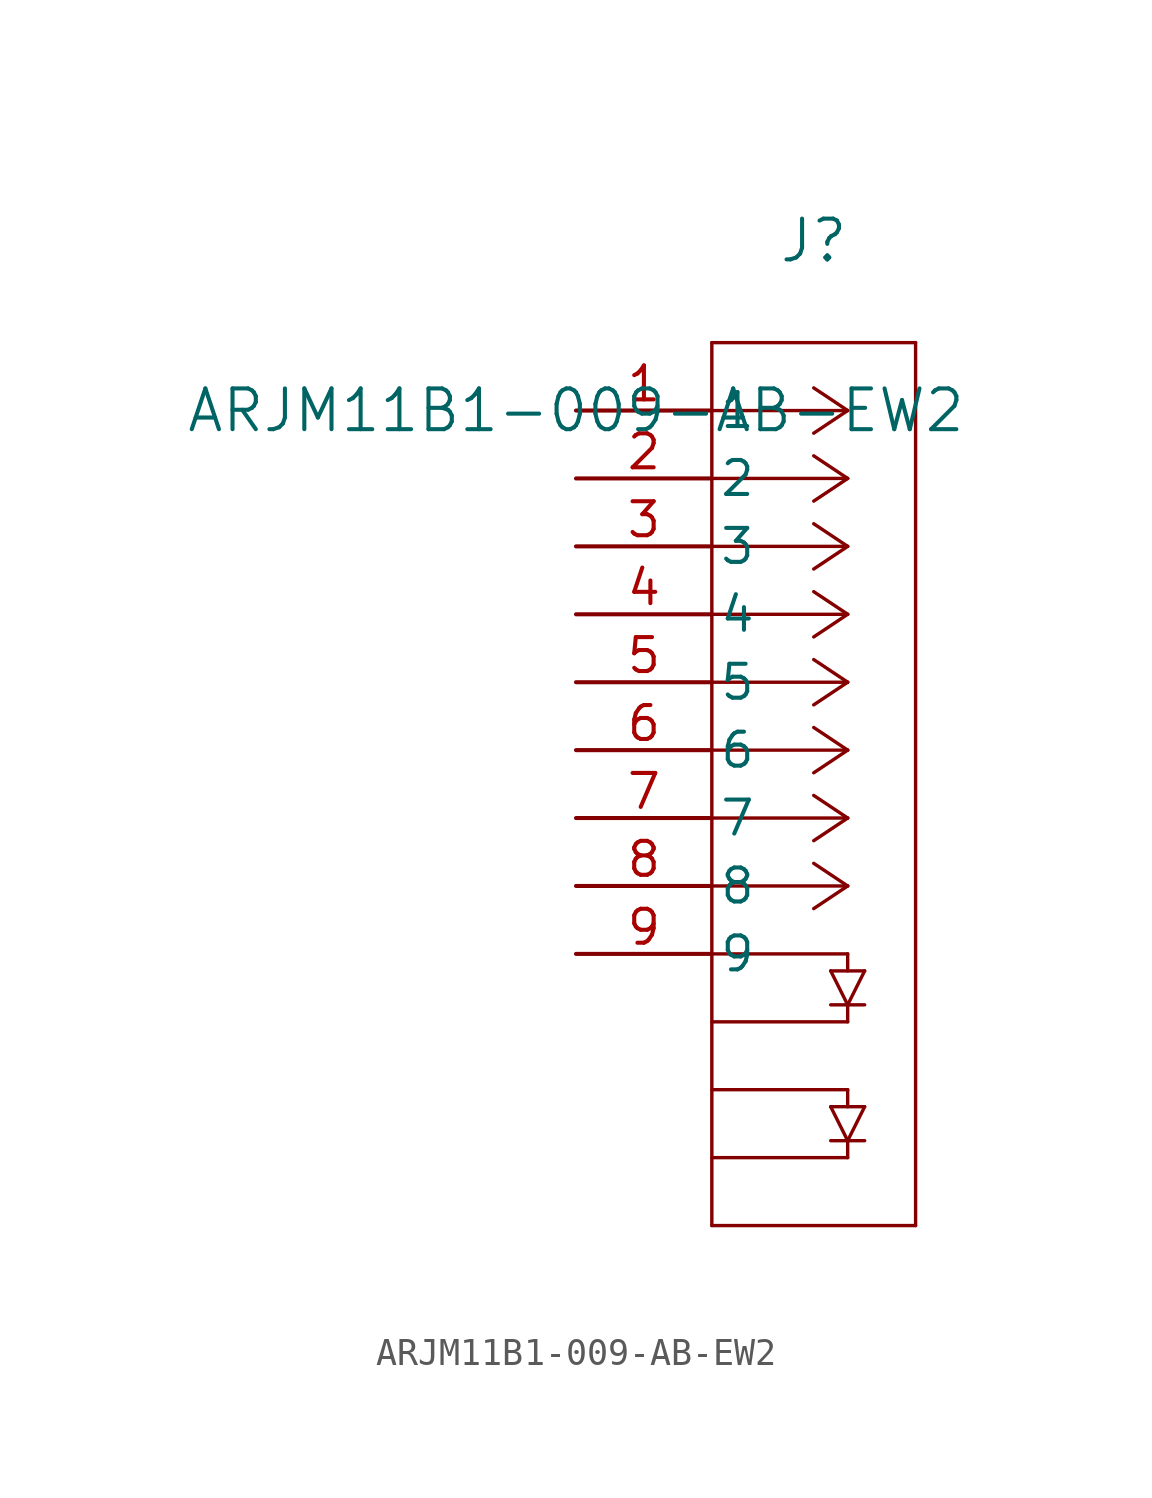
<source format=kicad_sym>
(kicad_symbol_lib
  (version 20211014)
  (generator kicad_symbol_editor)
  (symbol "ARJM11B1-009-AB-EW2"
    (pin_names
      (offset 0.254))
    (property "Reference" "J"
      (at 8.89 6.35 0)
      (effects (font (size 1.524 1.524))))
    (property "Value" "ARJM11B1-009-AB-EW2"
      (at 0 0 0)
      (effects (font (size 1.524 1.524))))
    (symbol "ARJM11B1-009-AB-EW2_0_1"
      (polyline (pts (xy 10.16 0) (xy 5.08 0)) (stroke (width 0.127) (type default) (color 0 0 0 0)) (fill (type none)))
      (polyline (pts (xy 10.16 -2.54) (xy 5.08 -2.54)) (stroke (width 0.127) (type default) (color 0 0 0 0)) (fill (type none)))
      (polyline (pts (xy 10.16 -5.08) (xy 5.08 -5.08)) (stroke (width 0.127) (type default) (color 0 0 0 0)) (fill (type none)))
      (polyline (pts (xy 10.16 -7.62) (xy 5.08 -7.62)) (stroke (width 0.127) (type default) (color 0 0 0 0)) (fill (type none)))
      (polyline (pts (xy 10.16 -10.16) (xy 5.08 -10.16)) (stroke (width 0.127) (type default) (color 0 0 0 0)) (fill (type none)))
      (polyline (pts (xy 10.16 -12.7) (xy 5.08 -12.7)) (stroke (width 0.127) (type default) (color 0 0 0 0)) (fill (type none)))
      (polyline (pts (xy 10.16 -15.24) (xy 5.08 -15.24)) (stroke (width 0.127) (type default) (color 0 0 0 0)) (fill (type none)))
      (polyline (pts (xy 10.16 -17.78) (xy 5.08 -17.78)) (stroke (width 0.127) (type default) (color 0 0 0 0)) (fill (type none)))
      (polyline (pts (xy 10.16 -20.32) (xy 5.08 -20.32)) (stroke (width 0.127) (type default) (color 0 0 0 0)) (fill (type none)))
      (polyline (pts (xy 10.16 -22.86) (xy 5.08 -22.86)) (stroke (width 0.127) (type default) (color 0 0 0 0)) (fill (type none)))
      (polyline (pts (xy 10.16 -25.4) (xy 5.08 -25.4)) (stroke (width 0.127) (type default) (color 0 0 0 0)) (fill (type none)))
      (polyline (pts (xy 10.16 -27.94) (xy 5.08 -27.94)) (stroke (width 0.127) (type default) (color 0 0 0 0)) (fill (type none)))
      (polyline (pts (xy 10.16 0) (xy 8.89 0.847)) (stroke (width 0.127) (type default) (color 0 0 0 0)) (fill (type none)))
      (polyline (pts (xy 10.16 -2.54) (xy 8.89 -1.693)) (stroke (width 0.127) (type default) (color 0 0 0 0)) (fill (type none)))
      (polyline (pts (xy 10.16 -5.08) (xy 8.89 -4.233)) (stroke (width 0.127) (type default) (color 0 0 0 0)) (fill (type none)))
      (polyline (pts (xy 10.16 -7.62) (xy 8.89 -6.773)) (stroke (width 0.127) (type default) (color 0 0 0 0)) (fill (type none)))
      (polyline (pts (xy 10.16 -10.16) (xy 8.89 -9.313)) (stroke (width 0.127) (type default) (color 0 0 0 0)) (fill (type none)))
      (polyline (pts (xy 10.16 -12.7) (xy 8.89 -11.853)) (stroke (width 0.127) (type default) (color 0 0 0 0)) (fill (type none)))
      (polyline (pts (xy 10.16 -15.24) (xy 8.89 -14.393)) (stroke (width 0.127) (type default) (color 0 0 0 0)) (fill (type none)))
      (polyline (pts (xy 10.16 -17.78) (xy 8.89 -16.933)) (stroke (width 0.127) (type default) (color 0 0 0 0)) (fill (type none)))
      (polyline (pts (xy 10.16 -20.32) (xy 10.16 -20.955)) (stroke (width 0.127) (type default) (color 0 0 0 0)) (fill (type none)))
      (polyline (pts (xy 9.525 -20.955) (xy 10.795 -20.955)) (stroke (width 0.127) (type default) (color 0 0 0 0)) (fill (type none)))
      (polyline (pts (xy 10.795 -20.955) (xy 10.16 -22.225)) (stroke (width 0.127) (type default) (color 0 0 0 0)) (fill (type none)))
      (polyline (pts (xy 10.16 -22.225) (xy 9.525 -20.955)) (stroke (width 0.127) (type default) (color 0 0 0 0)) (fill (type none)))
      (polyline (pts (xy 10.16 0) (xy 8.89 -0.847)) (stroke (width 0.127) (type default) (color 0 0 0 0)) (fill (type none)))
      (polyline (pts (xy 10.16 -2.54) (xy 8.89 -3.387)) (stroke (width 0.127) (type default) (color 0 0 0 0)) (fill (type none)))
      (polyline (pts (xy 10.16 -5.08) (xy 8.89 -5.927)) (stroke (width 0.127) (type default) (color 0 0 0 0)) (fill (type none)))
      (polyline (pts (xy 10.16 -7.62) (xy 8.89 -8.467)) (stroke (width 0.127) (type default) (color 0 0 0 0)) (fill (type none)))
      (polyline (pts (xy 10.16 -10.16) (xy 8.89 -11.007)) (stroke (width 0.127) (type default) (color 0 0 0 0)) (fill (type none)))
      (polyline (pts (xy 10.16 -12.7) (xy 8.89 -13.547)) (stroke (width 0.127) (type default) (color 0 0 0 0)) (fill (type none)))
      (polyline (pts (xy 10.16 -15.24) (xy 8.89 -16.087)) (stroke (width 0.127) (type default) (color 0 0 0 0)) (fill (type none)))
      (polyline (pts (xy 10.16 -17.78) (xy 8.89 -18.627)) (stroke (width 0.127) (type default) (color 0 0 0 0)) (fill (type none)))
      (polyline (pts (xy 9.525 -22.225) (xy 10.795 -22.225)) (stroke (width 0.127) (type default) (color 0 0 0 0)) (fill (type none)))
      (polyline (pts (xy 10.16 -22.225) (xy 10.16 -22.86)) (stroke (width 0.127) (type default) (color 0 0 0 0)) (fill (type none)))
      (polyline (pts (xy 10.16 -25.4) (xy 10.16 -26.035)) (stroke (width 0.127) (type default) (color 0 0 0 0)) (fill (type none)))
      (polyline (pts (xy 9.525 -26.035) (xy 10.795 -26.035)) (stroke (width 0.127) (type default) (color 0 0 0 0)) (fill (type none)))
      (polyline (pts (xy 5.08 2.54) (xy 5.08 -30.48)) (stroke (width 0.127) (type default) (color 0 0 0 0)) (fill (type none)))
      (polyline (pts (xy 5.08 -30.48) (xy 12.7 -30.48)) (stroke (width 0.127) (type default) (color 0 0 0 0)) (fill (type none)))
      (polyline (pts (xy 12.7 -30.48) (xy 12.7 2.54)) (stroke (width 0.127) (type default) (color 0 0 0 0)) (fill (type none)))
      (polyline (pts (xy 12.7 2.54) (xy 5.08 2.54)) (stroke (width 0.127) (type default) (color 0 0 0 0)) (fill (type none)))
      (polyline (pts (xy 10.795 -26.035) (xy 10.16 -27.305)) (stroke (width 0.127) (type default) (color 0 0 0 0)) (fill (type none)))
      (polyline (pts (xy 10.16 -27.305) (xy 9.525 -26.035)) (stroke (width 0.127) (type default) (color 0 0 0 0)) (fill (type none)))
      (polyline (pts (xy 9.525 -27.305) (xy 10.795 -27.305)) (stroke (width 0.127) (type default) (color 0 0 0 0)) (fill (type none)))
      (polyline (pts (xy 10.16 -27.305) (xy 10.16 -27.94)) (stroke (width 0.127) (type default) (color 0 0 0 0)) (fill (type none)))
      (pin unspecified line (at 0 0 0) (length 5.08) (name "1" (effects (font (size 1.27 1.27)))) (number "1" (effects (font (size 1.27 1.27)))))
      (pin unspecified line (at 0 -2.54 0) (length 5.08) (name "2" (effects (font (size 1.27 1.27)))) (number "2" (effects (font (size 1.27 1.27)))))
      (pin unspecified line (at 0 -5.08 0) (length 5.08) (name "3" (effects (font (size 1.27 1.27)))) (number "3" (effects (font (size 1.27 1.27)))))
      (pin unspecified line (at 0 -7.62 0) (length 5.08) (name "4" (effects (font (size 1.27 1.27)))) (number "4" (effects (font (size 1.27 1.27)))))
      (pin unspecified line (at 0 -10.16 0) (length 5.08) (name "5" (effects (font (size 1.27 1.27)))) (number "5" (effects (font (size 1.27 1.27)))))
      (pin unspecified line (at 0 -12.7 0) (length 5.08) (name "6" (effects (font (size 1.27 1.27)))) (number "6" (effects (font (size 1.27 1.27)))))
      (pin unspecified line (at 0 -15.24 0) (length 5.08) (name "7" (effects (font (size 1.27 1.27)))) (number "7" (effects (font (size 1.27 1.27)))))
      (pin unspecified line (at 0 -17.78 0) (length 5.08) (name "8" (effects (font (size 1.27 1.27)))) (number "8" (effects (font (size 1.27 1.27)))))
      (pin unspecified line (at 0 -20.32 0) (length 5.08) (name "9" (effects (font (size 1.27 1.27)))) (number "9" (effects (font (size 1.27 1.27))))))))
</source>
